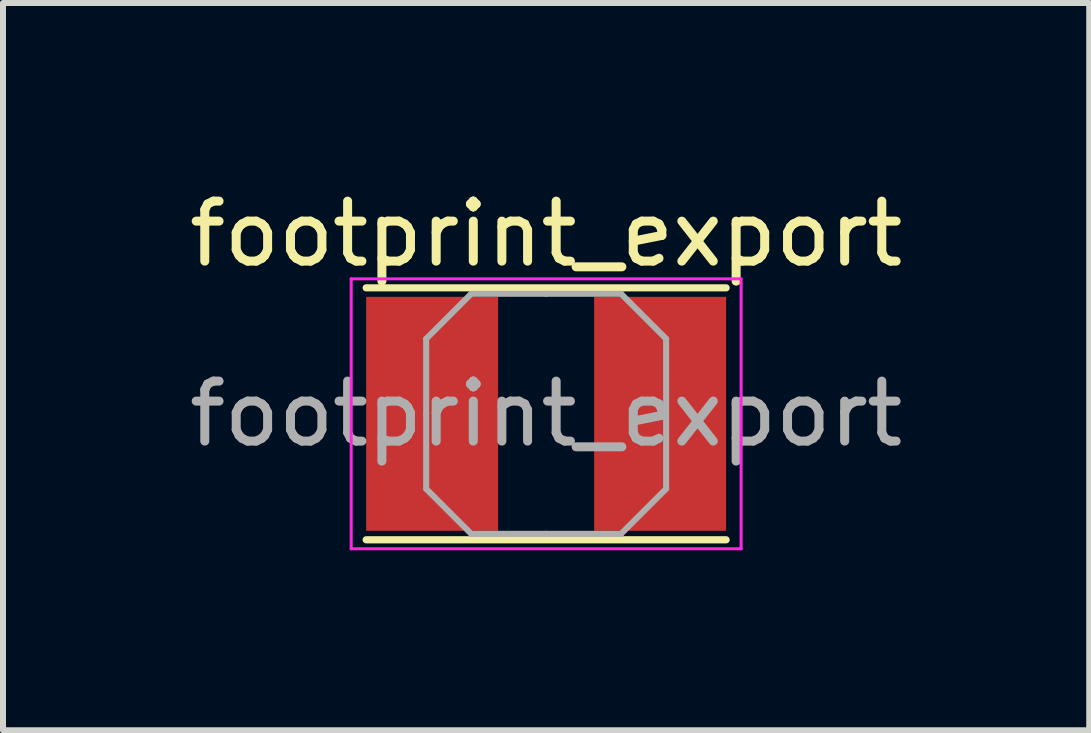
<source format=kicad_pcb>
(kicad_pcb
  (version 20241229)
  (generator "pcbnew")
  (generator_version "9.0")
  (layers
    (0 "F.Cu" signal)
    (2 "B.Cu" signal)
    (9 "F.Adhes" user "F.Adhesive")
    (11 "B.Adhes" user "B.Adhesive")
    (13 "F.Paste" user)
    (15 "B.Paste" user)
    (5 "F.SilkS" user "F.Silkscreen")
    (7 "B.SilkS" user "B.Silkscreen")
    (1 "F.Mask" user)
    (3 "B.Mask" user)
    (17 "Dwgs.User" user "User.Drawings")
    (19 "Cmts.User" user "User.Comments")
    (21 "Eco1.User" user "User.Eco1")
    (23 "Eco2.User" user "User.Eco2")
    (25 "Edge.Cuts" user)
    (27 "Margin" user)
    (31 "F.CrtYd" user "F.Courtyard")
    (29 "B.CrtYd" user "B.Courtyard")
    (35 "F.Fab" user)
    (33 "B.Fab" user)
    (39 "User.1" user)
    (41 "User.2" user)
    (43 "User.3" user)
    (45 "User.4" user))
  (footprint "footprint_export"
    (layer "F.Cu")
    (at 6.054 3.848)
    (property "Reference" "footprint_export" (at 0 -3 0) (layer "F.SilkS") (effects (font (size 1 1) (thickness 0.15))))
    (attr smd)
    (fp_line (start -3 -2.1) (end 3 -2.1) (stroke (width 0.12) (type solid)) (layer "F.SilkS"))
    (fp_line (start -3 2.1) (end 3 2.1) (stroke (width 0.12) (type solid)) (layer "F.SilkS"))
    (fp_line (start -3.25 -2.25) (end -3.25 2.25) (stroke (width 0.05) (type solid)) (layer "F.CrtYd"))
    (fp_line (start -3.25 2.25) (end 3.25 2.25) (stroke (width 0.05) (type solid)) (layer "F.CrtYd"))
    (fp_line (start 3.25 -2.25) (end -3.25 -2.25) (stroke (width 0.05) (type solid)) (layer "F.CrtYd"))
    (fp_line (start 3.25 2.25) (end 3.25 -2.25) (stroke (width 0.05) (type solid)) (layer "F.CrtYd"))
    (fp_line (start -2 -1.25) (end -1.25 -2) (stroke (width 0.1) (type solid)) (layer "F.Fab"))
    (fp_line (start -2 0) (end -2 -1.25) (stroke (width 0.1) (type solid)) (layer "F.Fab"))
    (fp_line (start -2 0) (end -2 1.25) (stroke (width 0.1) (type solid)) (layer "F.Fab"))
    (fp_line (start -2 1.25) (end -1.25 2) (stroke (width 0.1) (type solid)) (layer "F.Fab"))
    (fp_line (start -1.25 -2) (end 0 -2) (stroke (width 0.1) (type solid)) (layer "F.Fab"))
    (fp_line (start -1.25 2) (end 0 2) (stroke (width 0.1) (type solid)) (layer "F.Fab"))
    (fp_line (start 1.25 -2) (end 0 -2) (stroke (width 0.1) (type solid)) (layer "F.Fab"))
    (fp_line (start 1.25 2) (end 0 2) (stroke (width 0.1) (type solid)) (layer "F.Fab"))
    (fp_line (start 2 -1.25) (end 1.25 -2) (stroke (width 0.1) (type solid)) (layer "F.Fab"))
    (fp_line (start 2 0) (end 2 -1.25) (stroke (width 0.1) (type solid)) (layer "F.Fab"))
    (fp_line (start 2 0) (end 2 1.25) (stroke (width 0.1) (type solid)) (layer "F.Fab"))
    (fp_line (start 2 1.25) (end 1.25 2) (stroke (width 0.1) (type solid)) (layer "F.Fab"))
    (fp_text user "${REFERENCE}" (at 0 0 0) (layer "F.Fab") (effects (font (size 1 1) (thickness 0.15))))
    (pad "1" smd rect (at -1.9 0) (size 2.2 3.9) (layers "F.Cu" "F.Mask" "F.Paste"))
    (pad "2" smd rect (at 1.9 0) (size 2.2 3.9) (layers "F.Cu" "F.Mask" "F.Paste")))
  (gr_rect
    (start -3 -3)
    (end 15.107 9.123)
    (stroke (width 0.1) (type default))
    (fill no)
    (layer "Edge.Cuts")))
</source>
